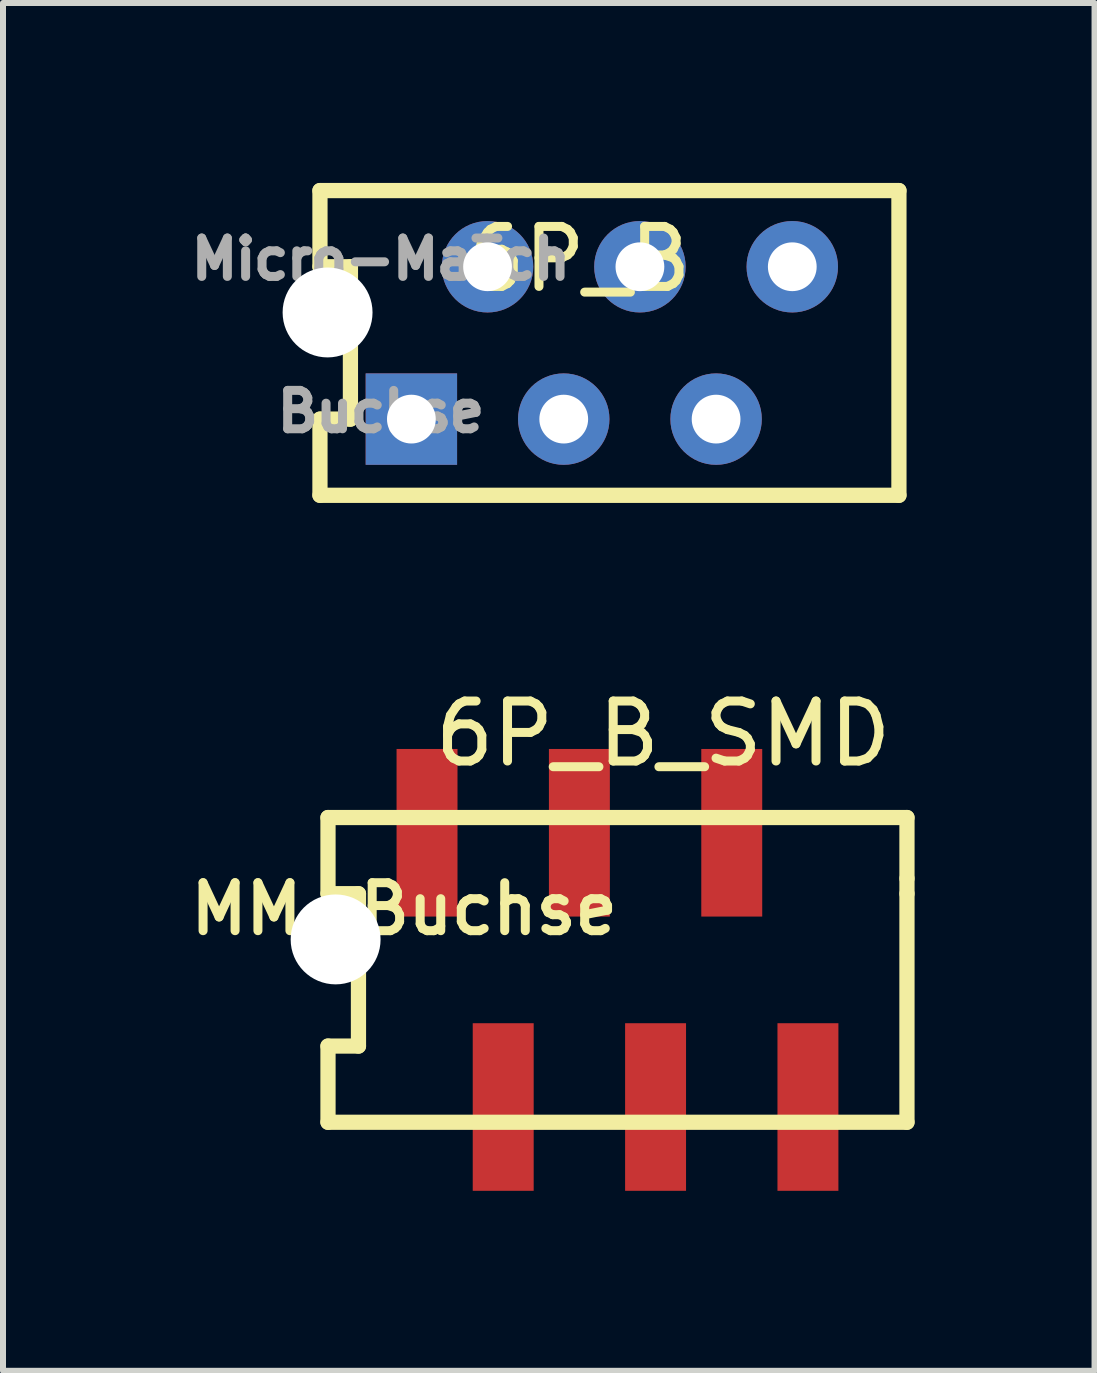
<source format=kicad_pcb>
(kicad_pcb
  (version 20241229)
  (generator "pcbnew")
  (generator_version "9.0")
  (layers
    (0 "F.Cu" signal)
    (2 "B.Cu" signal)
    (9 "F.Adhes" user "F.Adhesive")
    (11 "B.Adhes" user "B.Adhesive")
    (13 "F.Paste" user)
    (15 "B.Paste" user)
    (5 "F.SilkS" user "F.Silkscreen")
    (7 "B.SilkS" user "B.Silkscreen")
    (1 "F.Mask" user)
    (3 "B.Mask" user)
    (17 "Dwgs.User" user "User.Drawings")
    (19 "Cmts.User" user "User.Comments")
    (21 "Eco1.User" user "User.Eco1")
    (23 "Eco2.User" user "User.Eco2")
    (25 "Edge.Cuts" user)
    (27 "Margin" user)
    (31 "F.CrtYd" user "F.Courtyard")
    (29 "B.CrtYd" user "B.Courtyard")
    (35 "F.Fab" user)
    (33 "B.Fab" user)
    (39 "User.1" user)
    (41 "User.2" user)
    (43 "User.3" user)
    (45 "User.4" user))
  (footprint "6P_B"
    (layer "F.Cu")
    (at 7.11 2.667)
    (property "Reference" "6P_B" (at -0.508 -1.397 0) (layer "F.SilkS") (effects (font (size 1 1) (thickness 0.15))))
    (attr through_hole)
    (fp_line (start -4.826 -2.54) (end -4.826 -1.27) (stroke (width 0.254) (type solid)) (layer "F.SilkS"))
    (fp_line (start -4.826 -2.54) (end 4.826 -2.54) (stroke (width 0.254) (type solid)) (layer "F.SilkS"))
    (fp_line (start -4.826 -1.27) (end -4.318 -1.27) (stroke (width 0.254) (type solid)) (layer "F.SilkS"))
    (fp_line (start -4.826 1.27) (end -4.826 2.54) (stroke (width 0.254) (type solid)) (layer "F.SilkS"))
    (fp_line (start -4.826 2.54) (end 4.826 2.54) (stroke (width 0.254) (type solid)) (layer "F.SilkS"))
    (fp_line (start -4.318 -1.27) (end -4.318 1.27) (stroke (width 0.254) (type solid)) (layer "F.SilkS"))
    (fp_line (start -4.318 1.27) (end -4.826 1.27) (stroke (width 0.254) (type solid)) (layer "F.SilkS"))
    (fp_line (start 4.826 -2.54) (end 4.826 2.54) (stroke (width 0.254) (type solid)) (layer "F.SilkS"))
    (fp_text user "Buchse" (at -3.81 1.143 0) (layer "F.Fab") (effects (font (size 0.64 0.64) (thickness 0.15))))
    (fp_text user "Micro-MaTch" (at -3.81 -1.397 0) (layer "F.Fab") (effects (font (size 0.64 0.64) (thickness 0.15))))
    (pad "" np_thru_hole circle (at -4.699 -0.508) (size 1.499 1.499) (drill 1.499) (layers "*.Cu" "*.Mask"))
    (pad "1" thru_hole rect (at -3.302 1.27) (size 1.524 1.524) (drill 0.813) (layers "*.Cu" "*.Mask"))
    (pad "2" thru_hole circle (at -2.032 -1.27) (size 1.524 1.524) (drill 0.813) (layers "*.Cu" "*.Mask"))
    (pad "3" thru_hole circle (at -0.762 1.27) (size 1.524 1.524) (drill 0.813) (layers "*.Cu" "*.Mask"))
    (pad "4" thru_hole circle (at 0.508 -1.27) (size 1.524 1.524) (drill 0.813) (layers "*.Cu" "*.Mask"))
    (pad "5" thru_hole circle (at 1.778 1.27) (size 1.524 1.524) (drill 0.813) (layers "*.Cu" "*.Mask"))
    (pad "6" thru_hole circle (at 3.048 -1.27) (size 1.524 1.524) (drill 0.813) (layers "*.Cu" "*.Mask")))
  (footprint "6P_B_SMD"
    (layer "F.Cu")
    (at 7.244 13.119)
    (property "Reference" "6P_B_SMD" (at 0.762 -3.937 0) (layer "F.SilkS") (effects (font (size 1 1) (thickness 0.15))))
    (attr smd)
    (fp_line (start -4.826 -2.54) (end -4.826 -1.27) (stroke (width 0.254) (type solid)) (layer "F.SilkS"))
    (fp_line (start -4.826 -2.54) (end 4.826 -2.54) (stroke (width 0.254) (type solid)) (layer "F.SilkS"))
    (fp_line (start -4.826 -1.27) (end -4.318 -1.27) (stroke (width 0.254) (type solid)) (layer "F.SilkS"))
    (fp_line (start -4.826 1.27) (end -4.826 2.54) (stroke (width 0.254) (type solid)) (layer "F.SilkS"))
    (fp_line (start -4.826 2.54) (end 4.826 2.54) (stroke (width 0.254) (type solid)) (layer "F.SilkS"))
    (fp_line (start -4.318 -1.27) (end -4.318 1.27) (stroke (width 0.254) (type solid)) (layer "F.SilkS"))
    (fp_line (start -4.318 1.27) (end -4.826 1.27) (stroke (width 0.254) (type solid)) (layer "F.SilkS"))
    (fp_line (start 4.826 -2.54) (end 4.826 -1.524) (stroke (width 0.254) (type solid)) (layer "F.SilkS"))
    (fp_line (start 4.826 -1.27) (end 4.826 -1.524) (stroke (width 0.254) (type solid)) (layer "F.SilkS"))
    (fp_line (start 4.826 -1.27) (end 4.826 2.54) (stroke (width 0.254) (type solid)) (layer "F.SilkS"))
    (fp_text user "MM-Buchse" (at -3.556 -1.016 0) (layer "F.SilkS") (effects (font (size 0.8 0.8) (thickness 0.15))))
    (pad "" np_thru_hole circle (at -4.699 -0.508) (size 1.499 1.499) (drill 1.499) (layers "*.Cu" "*.Mask"))
    (pad "1" smd rect (at -3.175 -2.286) (size 1.016 2.794) (layers "F.Cu" "F.Mask" "F.Paste"))
    (pad "2" smd rect (at -1.905 2.286) (size 1.016 2.794) (layers "F.Cu" "F.Mask" "F.Paste"))
    (pad "3" smd rect (at -0.635 -2.286) (size 1.016 2.794) (layers "F.Cu" "F.Mask" "F.Paste"))
    (pad "4" smd rect (at 0.635 2.286) (size 1.016 2.794) (layers "F.Cu" "F.Mask" "F.Paste"))
    (pad "5" smd rect (at 1.905 -2.286) (size 1.016 2.794) (layers "F.Cu" "F.Mask" "F.Paste"))
    (pad "6" smd rect (at 3.175 2.286) (size 1.016 2.794) (layers "F.Cu" "F.Mask" "F.Paste")))
  (gr_rect
    (start -3 -3)
    (end 15.197 19.802)
    (stroke (width 0.1) (type default))
    (fill no)
    (layer "Edge.Cuts")))
</source>
